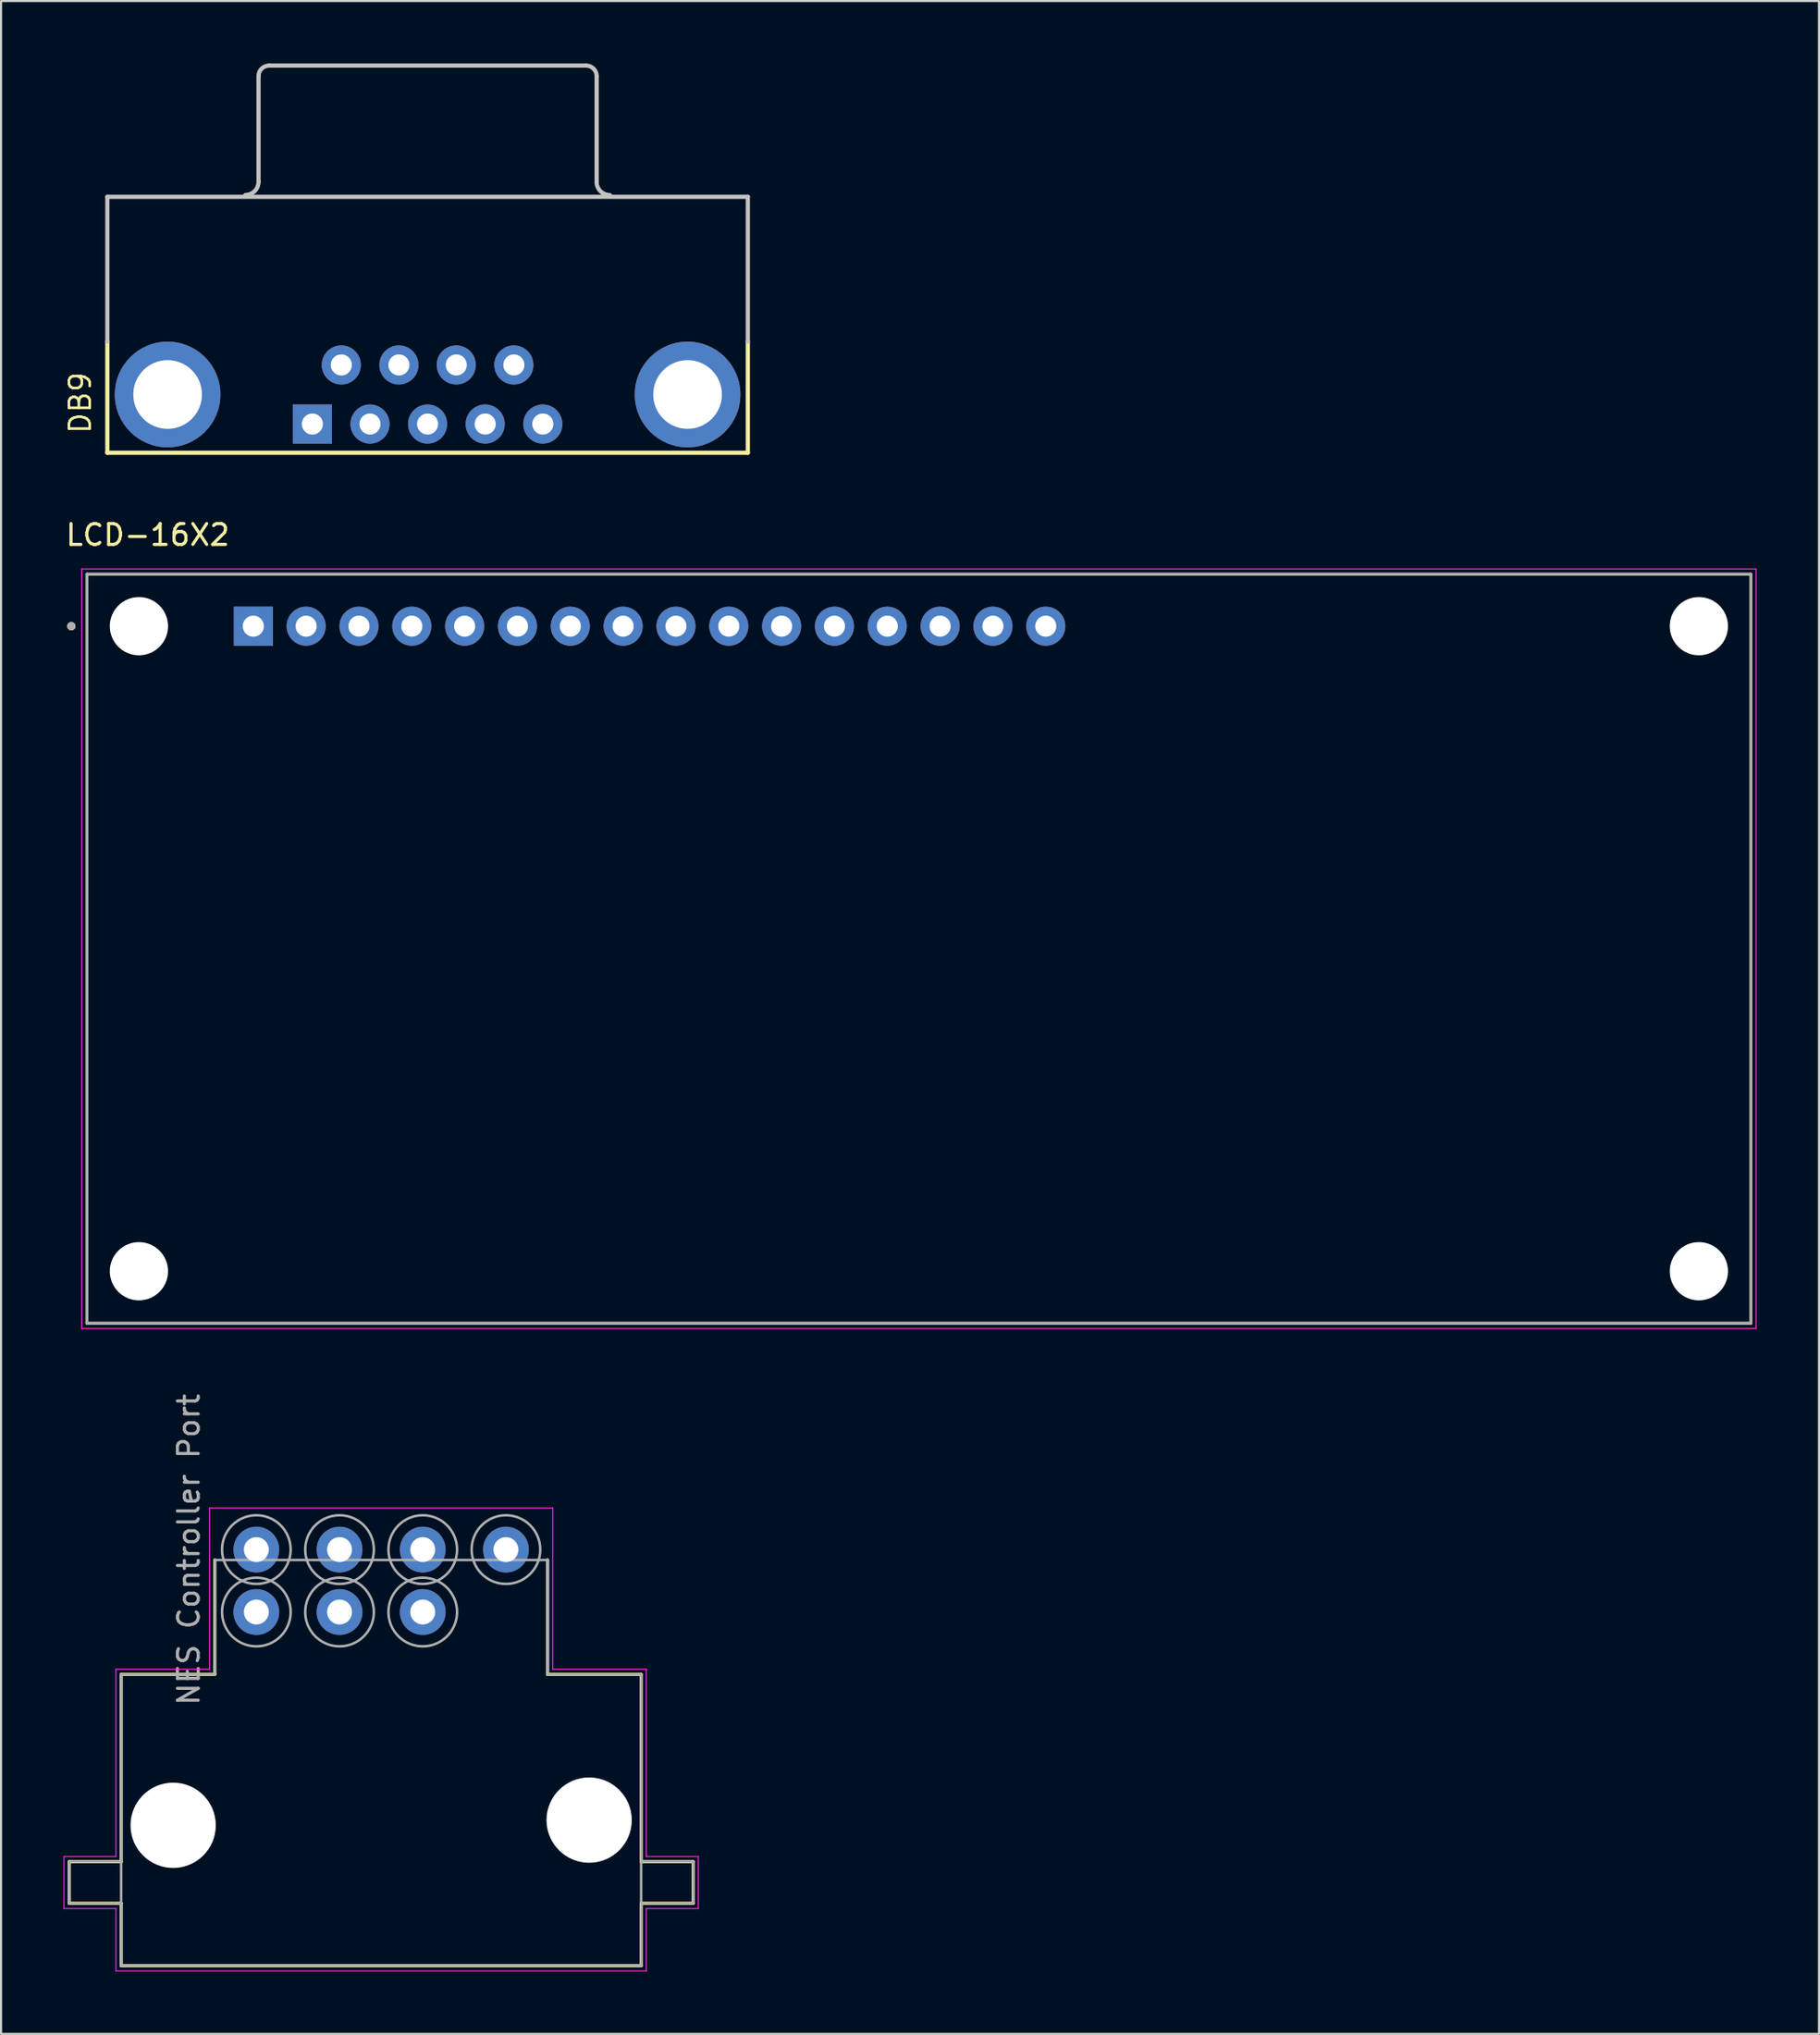
<source format=kicad_pcb>
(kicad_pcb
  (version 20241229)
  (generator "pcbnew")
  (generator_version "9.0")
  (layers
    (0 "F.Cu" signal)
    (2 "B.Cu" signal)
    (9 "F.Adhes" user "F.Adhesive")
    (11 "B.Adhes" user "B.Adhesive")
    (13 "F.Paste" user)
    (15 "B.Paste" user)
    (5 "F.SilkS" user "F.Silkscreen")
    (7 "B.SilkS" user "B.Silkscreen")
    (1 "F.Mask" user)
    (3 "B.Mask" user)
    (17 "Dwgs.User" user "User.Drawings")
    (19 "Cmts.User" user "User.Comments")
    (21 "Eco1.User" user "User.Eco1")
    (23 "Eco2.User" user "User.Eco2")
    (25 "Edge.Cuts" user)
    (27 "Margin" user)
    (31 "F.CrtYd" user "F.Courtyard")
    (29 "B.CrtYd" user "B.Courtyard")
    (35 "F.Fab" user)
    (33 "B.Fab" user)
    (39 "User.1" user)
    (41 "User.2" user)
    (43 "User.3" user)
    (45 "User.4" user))
  (footprint "NES Controller Port"
    (layer "F.Cu")
    (at 9.275 71.418)
    (property "Reference" "NES Controller Port" (at -3.25 0 270) (layer "F.Fab") (effects (font (size 1 1) (thickness 0.15))))
    (attr through_hole)
    (fp_line (start -9 15) (end -9 17) (stroke (width 0.15) (type solid)) (layer "F.SilkS"))
    (fp_line (start -9 17) (end -6.5 17) (stroke (width 0.15) (type solid)) (layer "F.SilkS"))
    (fp_line (start -6.5 6) (end -6.5 15) (stroke (width 0.15) (type solid)) (layer "F.SilkS"))
    (fp_line (start -6.5 15) (end -9 15) (stroke (width 0.15) (type solid)) (layer "F.SilkS"))
    (fp_line (start -6.5 17) (end -6.5 20) (stroke (width 0.15) (type solid)) (layer "F.SilkS"))
    (fp_line (start -6.5 20) (end 18.5 20) (stroke (width 0.15) (type solid)) (layer "F.SilkS"))
    (fp_line (start -2 0.5) (end -2 6) (stroke (width 0.15) (type solid)) (layer "F.SilkS"))
    (fp_line (start -2 6) (end -6.5 6) (stroke (width 0.15) (type solid)) (layer "F.SilkS"))
    (fp_line (start 14 6) (end 14 0.5) (stroke (width 0.15) (type solid)) (layer "F.SilkS"))
    (fp_line (start 18.5 6) (end 14 6) (stroke (width 0.15) (type solid)) (layer "F.SilkS"))
    (fp_line (start 18.5 15) (end 18.5 6) (stroke (width 0.15) (type solid)) (layer "F.SilkS"))
    (fp_line (start 18.5 17) (end 21 17) (stroke (width 0.15) (type solid)) (layer "F.SilkS"))
    (fp_line (start 18.5 20) (end 18.5 17) (stroke (width 0.15) (type solid)) (layer "F.SilkS"))
    (fp_line (start 21 15) (end 18.5 15) (stroke (width 0.15) (type solid)) (layer "F.SilkS"))
    (fp_line (start 21 17) (end 21 15) (stroke (width 0.15) (type solid)) (layer "F.SilkS"))
    (fp_line (start -9.25 14.75) (end -9.25 17.25) (stroke (width 0.05) (type solid)) (layer "F.CrtYd"))
    (fp_line (start -9.25 17.25) (end -6.75 17.25) (stroke (width 0.05) (type solid)) (layer "F.CrtYd"))
    (fp_line (start -6.75 5.75) (end -6.75 14.75) (stroke (width 0.05) (type solid)) (layer "F.CrtYd"))
    (fp_line (start -6.75 14.75) (end -9.25 14.75) (stroke (width 0.05) (type solid)) (layer "F.CrtYd"))
    (fp_line (start -6.75 17.25) (end -6.75 20.25) (stroke (width 0.05) (type solid)) (layer "F.CrtYd"))
    (fp_line (start -6.75 20.25) (end 18.75 20.25) (stroke (width 0.05) (type solid)) (layer "F.CrtYd"))
    (fp_line (start -2.25 -2) (end -2.25 5.75) (stroke (width 0.05) (type solid)) (layer "F.CrtYd"))
    (fp_line (start -2.25 -2) (end 14.25 -2) (stroke (width 0.05) (type solid)) (layer "F.CrtYd"))
    (fp_line (start -2.25 5.75) (end -6.75 5.75) (stroke (width 0.05) (type solid)) (layer "F.CrtYd"))
    (fp_line (start 14.25 5.75) (end 14.25 -2) (stroke (width 0.05) (type solid)) (layer "F.CrtYd"))
    (fp_line (start 18.75 5.75) (end 14.25 5.75) (stroke (width 0.05) (type solid)) (layer "F.CrtYd"))
    (fp_line (start 18.75 14.75) (end 18.75 5.75) (stroke (width 0.05) (type solid)) (layer "F.CrtYd"))
    (fp_line (start 18.75 17.25) (end 21.25 17.25) (stroke (width 0.05) (type solid)) (layer "F.CrtYd"))
    (fp_line (start 18.75 20.25) (end 18.75 17.25) (stroke (width 0.05) (type solid)) (layer "F.CrtYd"))
    (fp_line (start 21.25 14.75) (end 18.75 14.75) (stroke (width 0.05) (type solid)) (layer "F.CrtYd"))
    (fp_line (start 21.25 17.25) (end 21.25 14.75) (stroke (width 0.05) (type solid)) (layer "F.CrtYd"))
    (fp_line (start -9 15) (end -9 17) (stroke (width 0.12) (type solid)) (layer "F.Fab"))
    (fp_line (start -9 17) (end -6.5 17) (stroke (width 0.12) (type solid)) (layer "F.Fab"))
    (fp_line (start -6.5 6) (end -2 6) (stroke (width 0.12) (type solid)) (layer "F.Fab"))
    (fp_line (start -6.5 15) (end -9 15) (stroke (width 0.12) (type solid)) (layer "F.Fab"))
    (fp_line (start -6.5 20) (end -6.5 6) (stroke (width 0.12) (type solid)) (layer "F.Fab"))
    (fp_line (start -2 0.5) (end -2 6) (stroke (width 0.12) (type solid)) (layer "F.Fab"))
    (fp_line (start -2 0.5) (end 14 0.5) (stroke (width 0.12) (type solid)) (layer "F.Fab"))
    (fp_line (start 14 0.5) (end 14 6) (stroke (width 0.12) (type solid)) (layer "F.Fab"))
    (fp_line (start 14 6) (end 18.5 6) (stroke (width 0.12) (type solid)) (layer "F.Fab"))
    (fp_line (start 18.5 6) (end 18.5 20) (stroke (width 0.12) (type solid)) (layer "F.Fab"))
    (fp_line (start 18.5 15) (end 21 15) (stroke (width 0.12) (type solid)) (layer "F.Fab"))
    (fp_line (start 18.5 20) (end -6.5 20) (stroke (width 0.12) (type solid)) (layer "F.Fab"))
    (fp_line (start 21 15) (end 21 17) (stroke (width 0.12) (type solid)) (layer "F.Fab"))
    (fp_line (start 21 17) (end 18.5 17) (stroke (width 0.12) (type solid)) (layer "F.Fab"))
    (fp_circle (center 0 0) (end 1.65 0) (stroke (width 0.12) (type solid)) (fill no) (layer "F.Fab"))
    (fp_circle (center 0 3) (end 1.65 3) (stroke (width 0.12) (type solid)) (fill no) (layer "F.Fab"))
    (fp_circle (center 4 0) (end 5.65 0) (stroke (width 0.12) (type solid)) (fill no) (layer "F.Fab"))
    (fp_circle (center 4 3) (end 5.65 3) (stroke (width 0.12) (type solid)) (fill no) (layer "F.Fab"))
    (fp_circle (center 8 0) (end 9.65 0) (stroke (width 0.12) (type solid)) (fill no) (layer "F.Fab"))
    (fp_circle (center 8 3) (end 9.65 3) (stroke (width 0.12) (type solid)) (fill no) (layer "F.Fab"))
    (fp_circle (center 12 0) (end 13.65 0) (stroke (width 0.12) (type solid)) (fill no) (layer "F.Fab"))
    (pad "" np_thru_hole circle (at -4 13.25) (size 4.1 4.1) (drill 4.1) (layers "*.Cu" "*.Mask"))
    (pad "" np_thru_hole circle (at 16 13) (size 4.1 4.1) (drill 4.1) (layers "*.Cu" "*.Mask"))
    (pad "1" thru_hole circle (at 0 0) (size 2.2 2.2) (drill 1.2) (layers "*.Cu" "*.Mask"))
    (pad "2" thru_hole circle (at 4 0) (size 2.2 2.2) (drill 1.2) (layers "*.Cu" "*.Mask"))
    (pad "3" thru_hole circle (at 8 0) (size 2.2 2.2) (drill 1.2) (layers "*.Cu" "*.Mask"))
    (pad "4" thru_hole circle (at 12 0) (size 2.2 2.2) (drill 1.2) (layers "*.Cu" "*.Mask"))
    (pad "5" thru_hole circle (at 0 3) (size 2.2 2.2) (drill 1.2) (layers "*.Cu" "*.Mask"))
    (pad "6" thru_hole circle (at 4 3) (size 2.2 2.2) (drill 1.2) (layers "*.Cu" "*.Mask"))
    (pad "7" thru_hole circle (at 8 3) (size 2.2 2.2) (drill 1.2) (layers "*.Cu" "*.Mask")))
  (footprint "DB9"
    (layer "F.Cu")
    (at 17.508 15.908)
    (property "Reference" "DB9" (at -16.7 0.4 90) (layer "F.SilkS") (effects (font (size 1 1) (thickness 0.127))))
    (attr exclude_from_pos_files exclude_from_bom)
    (fp_line (start -15.397 2.799) (end -15.397 -2.54) (stroke (width 0.203) (type solid)) (layer "F.SilkS"))
    (fp_line (start -15.397 2.799) (end 15.397 2.799) (stroke (width 0.203) (type solid)) (layer "F.SilkS"))
    (fp_line (start 15.397 2.799) (end 15.397 -2.54) (stroke (width 0.203) (type solid)) (layer "F.SilkS"))
    (fp_line (start -15.397 -9.5) (end 15.397 -9.5) (stroke (width 0.203) (type solid)) (layer "Dwgs.User"))
    (fp_line (start -15.397 -2.543) (end -15.397 -9.5) (stroke (width 0.203) (type solid)) (layer "Dwgs.User"))
    (fp_line (start -8.128 -10.218) (end -8.128 -15.298) (stroke (width 0.203) (type solid)) (layer "Dwgs.User"))
    (fp_line (start -7.62 -15.806) (end 7.62 -15.806) (stroke (width 0.203) (type solid)) (layer "Dwgs.User"))
    (fp_line (start 8.128 -10.218) (end 8.128 -15.298) (stroke (width 0.203) (type solid)) (layer "Dwgs.User"))
    (fp_line (start 15.397 -2.54) (end 15.397 -9.5) (stroke (width 0.203) (type solid)) (layer "Dwgs.User"))
    (fp_arc (start -8.128 -15.29842) (mid -7.97921 -15.65763) (end -7.62 -15.80642) (stroke (width 0.2032) (type solid)) (layer "Dwgs.User"))
    (fp_arc (start -8.128 -10.21842) (mid -8.313243 -9.771203) (end -8.76046 -9.58596) (stroke (width 0.2032) (type solid)) (layer "Dwgs.User"))
    (fp_arc (start 7.62 -15.80642) (mid 7.97921 -15.65763) (end 8.128 -15.29842) (stroke (width 0.2032) (type solid)) (layer "Dwgs.User"))
    (fp_arc (start 8.76046 -9.58342) (mid 8.311447 -9.769407) (end 8.12546 -10.21842) (stroke (width 0.2032) (type solid)) (layer "Dwgs.User"))
    (pad "1" thru_hole rect (at -5.54 1.42) (size 1.88 1.88) (drill 1.016) (layers "*.Cu" "*.Mask"))
    (pad "2" thru_hole circle (at -2.769 1.42) (size 1.88 1.88) (drill 1.016) (layers "*.Cu" "*.Mask"))
    (pad "3" thru_hole circle (at 0 1.42) (size 1.88 1.88) (drill 1.016) (layers "*.Cu" "*.Mask"))
    (pad "4" thru_hole circle (at 2.769 1.42) (size 1.88 1.88) (drill 1.016) (layers "*.Cu" "*.Mask"))
    (pad "5" thru_hole circle (at 5.54 1.42) (size 1.88 1.88) (drill 1.016) (layers "*.Cu" "*.Mask"))
    (pad "6" thru_hole circle (at -4.148 -1.42) (size 1.88 1.88) (drill 1.016) (layers "*.Cu" "*.Mask"))
    (pad "7" thru_hole circle (at -1.379 -1.42) (size 1.88 1.88) (drill 1.016) (layers "*.Cu" "*.Mask"))
    (pad "8" thru_hole circle (at 1.379 -1.42) (size 1.88 1.88) (drill 1.016) (layers "*.Cu" "*.Mask"))
    (pad "9" thru_hole circle (at 4.148 -1.42) (size 1.88 1.88) (drill 1.016) (layers "*.Cu" "*.Mask"))
    (pad "G1" thru_hole circle (at -12.499 0) (size 5.08 5.08) (drill 3.302) (layers "*.Cu" "*.Mask"))
    (pad "G2" thru_hole circle (at 12.499 0) (size 5.08 5.08) (drill 3.302) (layers "*.Cu" "*.Mask")))
  (footprint "LCD-16X2"
    (layer "F.Cu")
    (at 41.129 42.542)
    (property "Reference" "LCD-16X2" (at -37.075 -19.885 0) (layer "F.SilkS") (effects (font (size 1 1) (thickness 0.15))))
    (attr through_hole)
    (fp_line (start -40 -18) (end 40 -18) (stroke (width 0.127) (type solid)) (layer "F.SilkS"))
    (fp_line (start -40 18) (end -40 -18) (stroke (width 0.127) (type solid)) (layer "F.SilkS"))
    (fp_line (start 40 -18) (end 40 18) (stroke (width 0.127) (type solid)) (layer "F.SilkS"))
    (fp_line (start 40 18) (end -40 18) (stroke (width 0.127) (type solid)) (layer "F.SilkS"))
    (fp_circle (center -40.75 -15.5) (end -40.65 -15.5) (stroke (width 0.2) (type solid)) (fill no) (layer "F.SilkS"))
    (fp_line (start -40.25 -18.25) (end -40.25 18.25) (stroke (width 0.05) (type solid)) (layer "F.CrtYd"))
    (fp_line (start -40.25 18.25) (end 40.25 18.25) (stroke (width 0.05) (type solid)) (layer "F.CrtYd"))
    (fp_line (start 40.25 -18.25) (end -40.25 -18.25) (stroke (width 0.05) (type solid)) (layer "F.CrtYd"))
    (fp_line (start 40.25 18.25) (end 40.25 -18.25) (stroke (width 0.05) (type solid)) (layer "F.CrtYd"))
    (fp_line (start -40 -18) (end 40 -18) (stroke (width 0.127) (type solid)) (layer "F.Fab"))
    (fp_line (start -40 18) (end -40 -18) (stroke (width 0.127) (type solid)) (layer "F.Fab"))
    (fp_line (start 40 -18) (end 40 18) (stroke (width 0.127) (type solid)) (layer "F.Fab"))
    (fp_line (start 40 18) (end -40 18) (stroke (width 0.127) (type solid)) (layer "F.Fab"))
    (fp_circle (center -40.75 -15.5) (end -40.65 -15.5) (stroke (width 0.2) (type solid)) (fill no) (layer "F.Fab"))
    (pad "" np_thru_hole circle (at -37.5 -15.5) (size 2.8 2.8) (drill 2.8) (layers "*.Cu" "*.Mask"))
    (pad "" np_thru_hole circle (at -37.5 15.5) (size 2.8 2.8) (drill 2.8) (layers "*.Cu" "*.Mask"))
    (pad "" np_thru_hole circle (at 37.5 -15.5) (size 2.8 2.8) (drill 2.8) (layers "*.Cu" "*.Mask"))
    (pad "" np_thru_hole circle (at 37.5 15.5) (size 2.8 2.8) (drill 2.8) (layers "*.Cu" "*.Mask"))
    (pad "1" thru_hole rect (at -32 -15.5) (size 1.88 1.88) (drill 1.016) (layers "*.Cu" "*.Mask"))
    (pad "2" thru_hole circle (at -29.46 -15.5) (size 1.88 1.88) (drill 1.016) (layers "*.Cu" "*.Mask"))
    (pad "3" thru_hole circle (at -26.92 -15.5) (size 1.88 1.88) (drill 1.016) (layers "*.Cu" "*.Mask"))
    (pad "4" thru_hole circle (at -24.38 -15.5) (size 1.88 1.88) (drill 1.016) (layers "*.Cu" "*.Mask"))
    (pad "5" thru_hole circle (at -21.84 -15.5) (size 1.88 1.88) (drill 1.016) (layers "*.Cu" "*.Mask"))
    (pad "6" thru_hole circle (at -19.3 -15.5) (size 1.88 1.88) (drill 1.016) (layers "*.Cu" "*.Mask"))
    (pad "7" thru_hole circle (at -16.76 -15.5) (size 1.88 1.88) (drill 1.016) (layers "*.Cu" "*.Mask"))
    (pad "8" thru_hole circle (at -14.22 -15.5) (size 1.88 1.88) (drill 1.016) (layers "*.Cu" "*.Mask"))
    (pad "9" thru_hole circle (at -11.68 -15.5) (size 1.88 1.88) (drill 1.016) (layers "*.Cu" "*.Mask"))
    (pad "10" thru_hole circle (at -9.14 -15.5) (size 1.88 1.88) (drill 1.016) (layers "*.Cu" "*.Mask"))
    (pad "11" thru_hole circle (at -6.6 -15.5) (size 1.88 1.88) (drill 1.016) (layers "*.Cu" "*.Mask"))
    (pad "12" thru_hole circle (at -4.06 -15.5) (size 1.88 1.88) (drill 1.016) (layers "*.Cu" "*.Mask"))
    (pad "13" thru_hole circle (at -1.52 -15.5) (size 1.88 1.88) (drill 1.016) (layers "*.Cu" "*.Mask"))
    (pad "14" thru_hole circle (at 1.02 -15.5) (size 1.88 1.88) (drill 1.016) (layers "*.Cu" "*.Mask"))
    (pad "15" thru_hole circle (at 3.56 -15.5) (size 1.88 1.88) (drill 1.016) (layers "*.Cu" "*.Mask"))
    (pad "16" thru_hole circle (at 6.1 -15.5) (size 1.88 1.88) (drill 1.016) (layers "*.Cu" "*.Mask")))
  (gr_rect
    (start -3 -3)
    (end 84.404 94.693)
    (stroke (width 0.1) (type default))
    (fill no)
    (layer "Edge.Cuts")))
</source>
